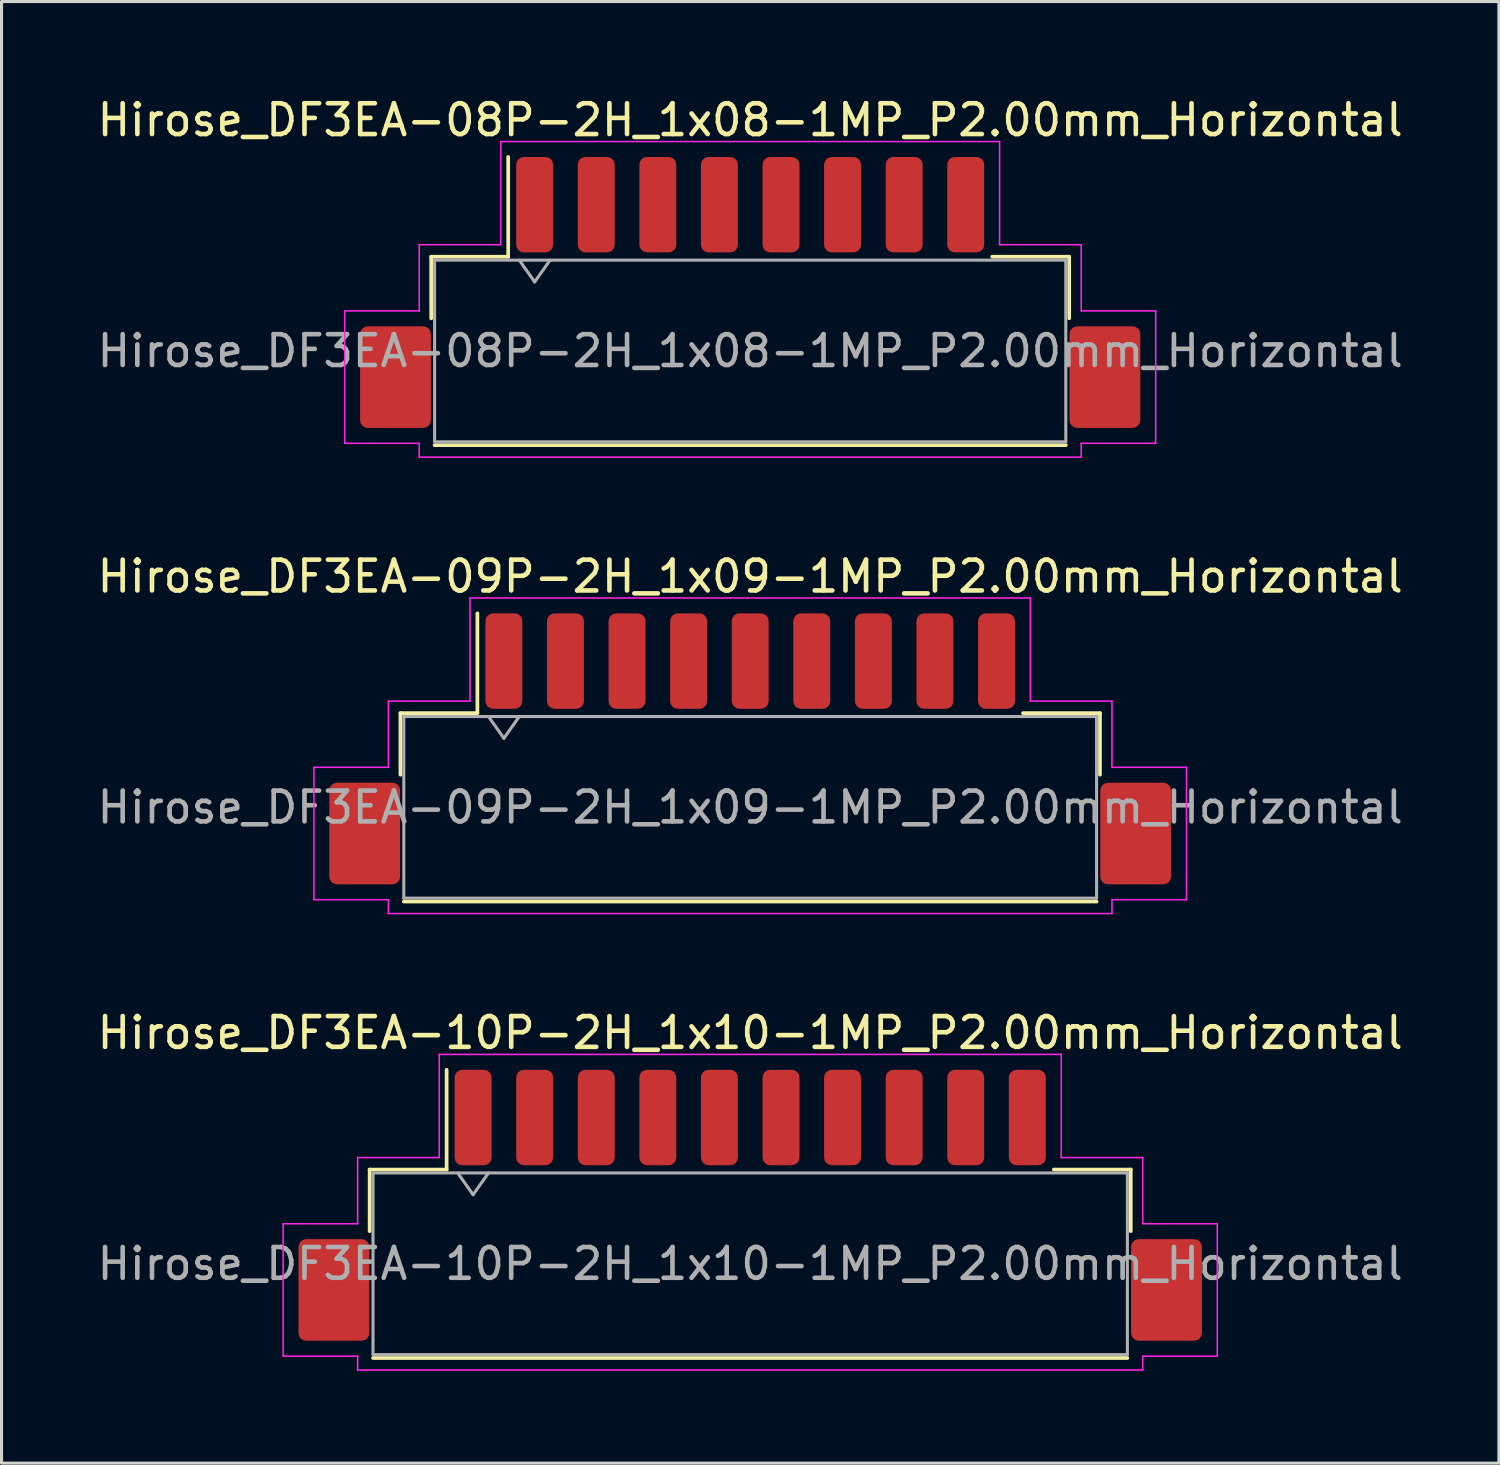
<source format=kicad_pcb>
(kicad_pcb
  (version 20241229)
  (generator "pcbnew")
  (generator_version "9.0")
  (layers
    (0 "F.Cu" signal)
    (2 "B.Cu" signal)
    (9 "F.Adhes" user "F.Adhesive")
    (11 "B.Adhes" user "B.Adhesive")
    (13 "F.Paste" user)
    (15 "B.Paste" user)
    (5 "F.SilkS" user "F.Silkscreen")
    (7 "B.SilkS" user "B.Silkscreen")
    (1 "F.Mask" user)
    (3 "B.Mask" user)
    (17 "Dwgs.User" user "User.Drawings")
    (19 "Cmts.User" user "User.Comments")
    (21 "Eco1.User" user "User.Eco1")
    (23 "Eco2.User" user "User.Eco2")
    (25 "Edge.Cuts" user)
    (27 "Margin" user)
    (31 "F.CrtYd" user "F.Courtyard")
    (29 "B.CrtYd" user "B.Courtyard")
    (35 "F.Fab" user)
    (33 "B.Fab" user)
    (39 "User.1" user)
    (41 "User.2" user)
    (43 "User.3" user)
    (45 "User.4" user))
  (footprint "Hirose_DF3EA-10P-2H_1x10-1MP_P2.00mm_Horizontal"
    (layer "F.Cu")
    (at 21.315 36.095)
    (property "Reference" "Hirose_DF3EA-10P-2H_1x10-1MP_P2.00mm_Horizontal" (at 0 -5.6 0) (layer "F.SilkS") (effects (font (size 1 1) (thickness 0.15))))
    (attr smd)
    (fp_line (start -12.36 -1.16) (end -9.86 -1.16) (stroke (width 0.12) (type solid)) (layer "F.SilkS"))
    (fp_line (start -12.36 0.84) (end -12.36 -1.16) (stroke (width 0.12) (type solid)) (layer "F.SilkS"))
    (fp_line (start -12.25 4.96) (end 12.25 4.96) (stroke (width 0.12) (type solid)) (layer "F.SilkS"))
    (fp_line (start -9.86 -1.16) (end -9.86 -4.4) (stroke (width 0.12) (type solid)) (layer "F.SilkS"))
    (fp_line (start 12.36 -1.16) (end 9.86 -1.16) (stroke (width 0.12) (type solid)) (layer "F.SilkS"))
    (fp_line (start 12.36 0.84) (end 12.36 -1.16) (stroke (width 0.12) (type solid)) (layer "F.SilkS"))
    (fp_line (start -15.17 0.6) (end -12.75 0.6) (stroke (width 0.05) (type solid)) (layer "F.CrtYd"))
    (fp_line (start -15.17 4.9) (end -15.17 0.6) (stroke (width 0.05) (type solid)) (layer "F.CrtYd"))
    (fp_line (start -12.75 -1.55) (end -10.1 -1.55) (stroke (width 0.05) (type solid)) (layer "F.CrtYd"))
    (fp_line (start -12.75 0.6) (end -12.75 -1.55) (stroke (width 0.05) (type solid)) (layer "F.CrtYd"))
    (fp_line (start -12.75 4.9) (end -15.17 4.9) (stroke (width 0.05) (type solid)) (layer "F.CrtYd"))
    (fp_line (start -12.75 5.35) (end -12.75 4.9) (stroke (width 0.05) (type solid)) (layer "F.CrtYd"))
    (fp_line (start -10.1 -4.9) (end 10.1 -4.9) (stroke (width 0.05) (type solid)) (layer "F.CrtYd"))
    (fp_line (start -10.1 -1.55) (end -10.1 -4.9) (stroke (width 0.05) (type solid)) (layer "F.CrtYd"))
    (fp_line (start 10.1 -4.9) (end 10.1 -1.55) (stroke (width 0.05) (type solid)) (layer "F.CrtYd"))
    (fp_line (start 10.1 -1.55) (end 12.75 -1.55) (stroke (width 0.05) (type solid)) (layer "F.CrtYd"))
    (fp_line (start 12.75 -1.55) (end 12.75 0.6) (stroke (width 0.05) (type solid)) (layer "F.CrtYd"))
    (fp_line (start 12.75 0.6) (end 15.17 0.6) (stroke (width 0.05) (type solid)) (layer "F.CrtYd"))
    (fp_line (start 12.75 4.9) (end 12.75 5.35) (stroke (width 0.05) (type solid)) (layer "F.CrtYd"))
    (fp_line (start 12.75 5.35) (end -12.75 5.35) (stroke (width 0.05) (type solid)) (layer "F.CrtYd"))
    (fp_line (start 15.17 0.6) (end 15.17 4.9) (stroke (width 0.05) (type solid)) (layer "F.CrtYd"))
    (fp_line (start 15.17 4.9) (end 12.75 4.9) (stroke (width 0.05) (type solid)) (layer "F.CrtYd"))
    (fp_line (start -12.25 -1.05) (end -12.25 4.85) (stroke (width 0.1) (type solid)) (layer "F.Fab"))
    (fp_line (start -12.25 -1.05) (end 12.25 -1.05) (stroke (width 0.1) (type solid)) (layer "F.Fab"))
    (fp_line (start -12.25 4.85) (end 12.25 4.85) (stroke (width 0.1) (type solid)) (layer "F.Fab"))
    (fp_line (start -9.5 -1.05) (end -9 -0.343) (stroke (width 0.1) (type solid)) (layer "F.Fab"))
    (fp_line (start -9 -0.343) (end -8.5 -1.05) (stroke (width 0.1) (type solid)) (layer "F.Fab"))
    (fp_line (start 12.25 -1.05) (end 12.25 4.85) (stroke (width 0.1) (type solid)) (layer "F.Fab"))
    (fp_text user "${REFERENCE}" (at 0 1.9 0) (layer "F.Fab") (effects (font (size 1 1) (thickness 0.15))))
    (pad "1" smd roundrect (at -9 -2.85) (size 1.2 3.1) (layers "F.Cu" "F.Mask" "F.Paste") (roundrect_rratio 0.208))
    (pad "2" smd roundrect (at -7 -2.85) (size 1.2 3.1) (layers "F.Cu" "F.Mask" "F.Paste") (roundrect_rratio 0.208))
    (pad "3" smd roundrect (at -5 -2.85) (size 1.2 3.1) (layers "F.Cu" "F.Mask" "F.Paste") (roundrect_rratio 0.208))
    (pad "4" smd roundrect (at -3 -2.85) (size 1.2 3.1) (layers "F.Cu" "F.Mask" "F.Paste") (roundrect_rratio 0.208))
    (pad "5" smd roundrect (at -1 -2.85) (size 1.2 3.1) (layers "F.Cu" "F.Mask" "F.Paste") (roundrect_rratio 0.208))
    (pad "6" smd roundrect (at 1 -2.85) (size 1.2 3.1) (layers "F.Cu" "F.Mask" "F.Paste") (roundrect_rratio 0.208))
    (pad "7" smd roundrect (at 3 -2.85) (size 1.2 3.1) (layers "F.Cu" "F.Mask" "F.Paste") (roundrect_rratio 0.208))
    (pad "8" smd roundrect (at 5 -2.85) (size 1.2 3.1) (layers "F.Cu" "F.Mask" "F.Paste") (roundrect_rratio 0.208))
    (pad "9" smd roundrect (at 7 -2.85) (size 1.2 3.1) (layers "F.Cu" "F.Mask" "F.Paste") (roundrect_rratio 0.208))
    (pad "10" smd roundrect (at 9 -2.85) (size 1.2 3.1) (layers "F.Cu" "F.Mask" "F.Paste") (roundrect_rratio 0.208))
    (pad "MP" smd roundrect (at -13.52 2.75) (size 2.3 3.3) (layers "F.Cu" "F.Mask" "F.Paste") (roundrect_rratio 0.109))
    (pad "MP" smd roundrect (at 13.52 2.75) (size 2.3 3.3) (layers "F.Cu" "F.Mask" "F.Paste") (roundrect_rratio 0.109)))
  (footprint "Hirose_DF3EA-08P-2H_1x08-1MP_P2.00mm_Horizontal"
    (layer "F.Cu")
    (at 21.315 6.448)
    (property "Reference" "Hirose_DF3EA-08P-2H_1x08-1MP_P2.00mm_Horizontal" (at 0 -5.6 0) (layer "F.SilkS") (effects (font (size 1 1) (thickness 0.15))))
    (attr smd)
    (fp_line (start -10.36 -1.16) (end -7.86 -1.16) (stroke (width 0.12) (type solid)) (layer "F.SilkS"))
    (fp_line (start -10.36 0.84) (end -10.36 -1.16) (stroke (width 0.12) (type solid)) (layer "F.SilkS"))
    (fp_line (start -10.25 4.96) (end 10.25 4.96) (stroke (width 0.12) (type solid)) (layer "F.SilkS"))
    (fp_line (start -7.86 -1.16) (end -7.86 -4.4) (stroke (width 0.12) (type solid)) (layer "F.SilkS"))
    (fp_line (start 10.36 -1.16) (end 7.86 -1.16) (stroke (width 0.12) (type solid)) (layer "F.SilkS"))
    (fp_line (start 10.36 0.84) (end 10.36 -1.16) (stroke (width 0.12) (type solid)) (layer "F.SilkS"))
    (fp_line (start -13.17 0.6) (end -10.75 0.6) (stroke (width 0.05) (type solid)) (layer "F.CrtYd"))
    (fp_line (start -13.17 4.9) (end -13.17 0.6) (stroke (width 0.05) (type solid)) (layer "F.CrtYd"))
    (fp_line (start -10.75 -1.55) (end -8.1 -1.55) (stroke (width 0.05) (type solid)) (layer "F.CrtYd"))
    (fp_line (start -10.75 0.6) (end -10.75 -1.55) (stroke (width 0.05) (type solid)) (layer "F.CrtYd"))
    (fp_line (start -10.75 4.9) (end -13.17 4.9) (stroke (width 0.05) (type solid)) (layer "F.CrtYd"))
    (fp_line (start -10.75 5.35) (end -10.75 4.9) (stroke (width 0.05) (type solid)) (layer "F.CrtYd"))
    (fp_line (start -8.1 -4.9) (end 8.1 -4.9) (stroke (width 0.05) (type solid)) (layer "F.CrtYd"))
    (fp_line (start -8.1 -1.55) (end -8.1 -4.9) (stroke (width 0.05) (type solid)) (layer "F.CrtYd"))
    (fp_line (start 8.1 -4.9) (end 8.1 -1.55) (stroke (width 0.05) (type solid)) (layer "F.CrtYd"))
    (fp_line (start 8.1 -1.55) (end 10.75 -1.55) (stroke (width 0.05) (type solid)) (layer "F.CrtYd"))
    (fp_line (start 10.75 -1.55) (end 10.75 0.6) (stroke (width 0.05) (type solid)) (layer "F.CrtYd"))
    (fp_line (start 10.75 0.6) (end 13.17 0.6) (stroke (width 0.05) (type solid)) (layer "F.CrtYd"))
    (fp_line (start 10.75 4.9) (end 10.75 5.35) (stroke (width 0.05) (type solid)) (layer "F.CrtYd"))
    (fp_line (start 10.75 5.35) (end -10.75 5.35) (stroke (width 0.05) (type solid)) (layer "F.CrtYd"))
    (fp_line (start 13.17 0.6) (end 13.17 4.9) (stroke (width 0.05) (type solid)) (layer "F.CrtYd"))
    (fp_line (start 13.17 4.9) (end 10.75 4.9) (stroke (width 0.05) (type solid)) (layer "F.CrtYd"))
    (fp_line (start -10.25 -1.05) (end -10.25 4.85) (stroke (width 0.1) (type solid)) (layer "F.Fab"))
    (fp_line (start -10.25 -1.05) (end 10.25 -1.05) (stroke (width 0.1) (type solid)) (layer "F.Fab"))
    (fp_line (start -10.25 4.85) (end 10.25 4.85) (stroke (width 0.1) (type solid)) (layer "F.Fab"))
    (fp_line (start -7.5 -1.05) (end -7 -0.343) (stroke (width 0.1) (type solid)) (layer "F.Fab"))
    (fp_line (start -7 -0.343) (end -6.5 -1.05) (stroke (width 0.1) (type solid)) (layer "F.Fab"))
    (fp_line (start 10.25 -1.05) (end 10.25 4.85) (stroke (width 0.1) (type solid)) (layer "F.Fab"))
    (fp_text user "${REFERENCE}" (at 0 1.9 0) (layer "F.Fab") (effects (font (size 1 1) (thickness 0.15))))
    (pad "1" smd roundrect (at -7 -2.85) (size 1.2 3.1) (layers "F.Cu" "F.Mask" "F.Paste") (roundrect_rratio 0.208))
    (pad "2" smd roundrect (at -5 -2.85) (size 1.2 3.1) (layers "F.Cu" "F.Mask" "F.Paste") (roundrect_rratio 0.208))
    (pad "3" smd roundrect (at -3 -2.85) (size 1.2 3.1) (layers "F.Cu" "F.Mask" "F.Paste") (roundrect_rratio 0.208))
    (pad "4" smd roundrect (at -1 -2.85) (size 1.2 3.1) (layers "F.Cu" "F.Mask" "F.Paste") (roundrect_rratio 0.208))
    (pad "5" smd roundrect (at 1 -2.85) (size 1.2 3.1) (layers "F.Cu" "F.Mask" "F.Paste") (roundrect_rratio 0.208))
    (pad "6" smd roundrect (at 3 -2.85) (size 1.2 3.1) (layers "F.Cu" "F.Mask" "F.Paste") (roundrect_rratio 0.208))
    (pad "7" smd roundrect (at 5 -2.85) (size 1.2 3.1) (layers "F.Cu" "F.Mask" "F.Paste") (roundrect_rratio 0.208))
    (pad "8" smd roundrect (at 7 -2.85) (size 1.2 3.1) (layers "F.Cu" "F.Mask" "F.Paste") (roundrect_rratio 0.208))
    (pad "MP" smd roundrect (at -11.52 2.75) (size 2.3 3.3) (layers "F.Cu" "F.Mask" "F.Paste") (roundrect_rratio 0.109))
    (pad "MP" smd roundrect (at 11.52 2.75) (size 2.3 3.3) (layers "F.Cu" "F.Mask" "F.Paste") (roundrect_rratio 0.109)))
  (footprint "Hirose_DF3EA-09P-2H_1x09-1MP_P2.00mm_Horizontal"
    (layer "F.Cu")
    (at 21.315 21.271)
    (property "Reference" "Hirose_DF3EA-09P-2H_1x09-1MP_P2.00mm_Horizontal" (at 0 -5.6 0) (layer "F.SilkS") (effects (font (size 1 1) (thickness 0.15))))
    (attr smd)
    (fp_line (start -11.36 -1.16) (end -8.86 -1.16) (stroke (width 0.12) (type solid)) (layer "F.SilkS"))
    (fp_line (start -11.36 0.84) (end -11.36 -1.16) (stroke (width 0.12) (type solid)) (layer "F.SilkS"))
    (fp_line (start -11.25 4.96) (end 11.25 4.96) (stroke (width 0.12) (type solid)) (layer "F.SilkS"))
    (fp_line (start -8.86 -1.16) (end -8.86 -4.4) (stroke (width 0.12) (type solid)) (layer "F.SilkS"))
    (fp_line (start 11.36 -1.16) (end 8.86 -1.16) (stroke (width 0.12) (type solid)) (layer "F.SilkS"))
    (fp_line (start 11.36 0.84) (end 11.36 -1.16) (stroke (width 0.12) (type solid)) (layer "F.SilkS"))
    (fp_line (start -14.17 0.6) (end -11.75 0.6) (stroke (width 0.05) (type solid)) (layer "F.CrtYd"))
    (fp_line (start -14.17 4.9) (end -14.17 0.6) (stroke (width 0.05) (type solid)) (layer "F.CrtYd"))
    (fp_line (start -11.75 -1.55) (end -9.1 -1.55) (stroke (width 0.05) (type solid)) (layer "F.CrtYd"))
    (fp_line (start -11.75 0.6) (end -11.75 -1.55) (stroke (width 0.05) (type solid)) (layer "F.CrtYd"))
    (fp_line (start -11.75 4.9) (end -14.17 4.9) (stroke (width 0.05) (type solid)) (layer "F.CrtYd"))
    (fp_line (start -11.75 5.35) (end -11.75 4.9) (stroke (width 0.05) (type solid)) (layer "F.CrtYd"))
    (fp_line (start -9.1 -4.9) (end 9.1 -4.9) (stroke (width 0.05) (type solid)) (layer "F.CrtYd"))
    (fp_line (start -9.1 -1.55) (end -9.1 -4.9) (stroke (width 0.05) (type solid)) (layer "F.CrtYd"))
    (fp_line (start 9.1 -4.9) (end 9.1 -1.55) (stroke (width 0.05) (type solid)) (layer "F.CrtYd"))
    (fp_line (start 9.1 -1.55) (end 11.75 -1.55) (stroke (width 0.05) (type solid)) (layer "F.CrtYd"))
    (fp_line (start 11.75 -1.55) (end 11.75 0.6) (stroke (width 0.05) (type solid)) (layer "F.CrtYd"))
    (fp_line (start 11.75 0.6) (end 14.17 0.6) (stroke (width 0.05) (type solid)) (layer "F.CrtYd"))
    (fp_line (start 11.75 4.9) (end 11.75 5.35) (stroke (width 0.05) (type solid)) (layer "F.CrtYd"))
    (fp_line (start 11.75 5.35) (end -11.75 5.35) (stroke (width 0.05) (type solid)) (layer "F.CrtYd"))
    (fp_line (start 14.17 0.6) (end 14.17 4.9) (stroke (width 0.05) (type solid)) (layer "F.CrtYd"))
    (fp_line (start 14.17 4.9) (end 11.75 4.9) (stroke (width 0.05) (type solid)) (layer "F.CrtYd"))
    (fp_line (start -11.25 -1.05) (end -11.25 4.85) (stroke (width 0.1) (type solid)) (layer "F.Fab"))
    (fp_line (start -11.25 -1.05) (end 11.25 -1.05) (stroke (width 0.1) (type solid)) (layer "F.Fab"))
    (fp_line (start -11.25 4.85) (end 11.25 4.85) (stroke (width 0.1) (type solid)) (layer "F.Fab"))
    (fp_line (start -8.5 -1.05) (end -8 -0.343) (stroke (width 0.1) (type solid)) (layer "F.Fab"))
    (fp_line (start -8 -0.343) (end -7.5 -1.05) (stroke (width 0.1) (type solid)) (layer "F.Fab"))
    (fp_line (start 11.25 -1.05) (end 11.25 4.85) (stroke (width 0.1) (type solid)) (layer "F.Fab"))
    (fp_text user "${REFERENCE}" (at 0 1.9 0) (layer "F.Fab") (effects (font (size 1 1) (thickness 0.15))))
    (pad "1" smd roundrect (at -8 -2.85) (size 1.2 3.1) (layers "F.Cu" "F.Mask" "F.Paste") (roundrect_rratio 0.208))
    (pad "2" smd roundrect (at -6 -2.85) (size 1.2 3.1) (layers "F.Cu" "F.Mask" "F.Paste") (roundrect_rratio 0.208))
    (pad "3" smd roundrect (at -4 -2.85) (size 1.2 3.1) (layers "F.Cu" "F.Mask" "F.Paste") (roundrect_rratio 0.208))
    (pad "4" smd roundrect (at -2 -2.85) (size 1.2 3.1) (layers "F.Cu" "F.Mask" "F.Paste") (roundrect_rratio 0.208))
    (pad "5" smd roundrect (at 0 -2.85) (size 1.2 3.1) (layers "F.Cu" "F.Mask" "F.Paste") (roundrect_rratio 0.208))
    (pad "6" smd roundrect (at 2 -2.85) (size 1.2 3.1) (layers "F.Cu" "F.Mask" "F.Paste") (roundrect_rratio 0.208))
    (pad "7" smd roundrect (at 4 -2.85) (size 1.2 3.1) (layers "F.Cu" "F.Mask" "F.Paste") (roundrect_rratio 0.208))
    (pad "8" smd roundrect (at 6 -2.85) (size 1.2 3.1) (layers "F.Cu" "F.Mask" "F.Paste") (roundrect_rratio 0.208))
    (pad "9" smd roundrect (at 8 -2.85) (size 1.2 3.1) (layers "F.Cu" "F.Mask" "F.Paste") (roundrect_rratio 0.208))
    (pad "MP" smd roundrect (at -12.52 2.75) (size 2.3 3.3) (layers "F.Cu" "F.Mask" "F.Paste") (roundrect_rratio 0.109))
    (pad "MP" smd roundrect (at 12.52 2.75) (size 2.3 3.3) (layers "F.Cu" "F.Mask" "F.Paste") (roundrect_rratio 0.109)))
  (gr_rect
    (start -3 -3)
    (end 45.631 44.47)
    (stroke (width 0.1) (type default))
    (fill no)
    (layer "Edge.Cuts")))
</source>
